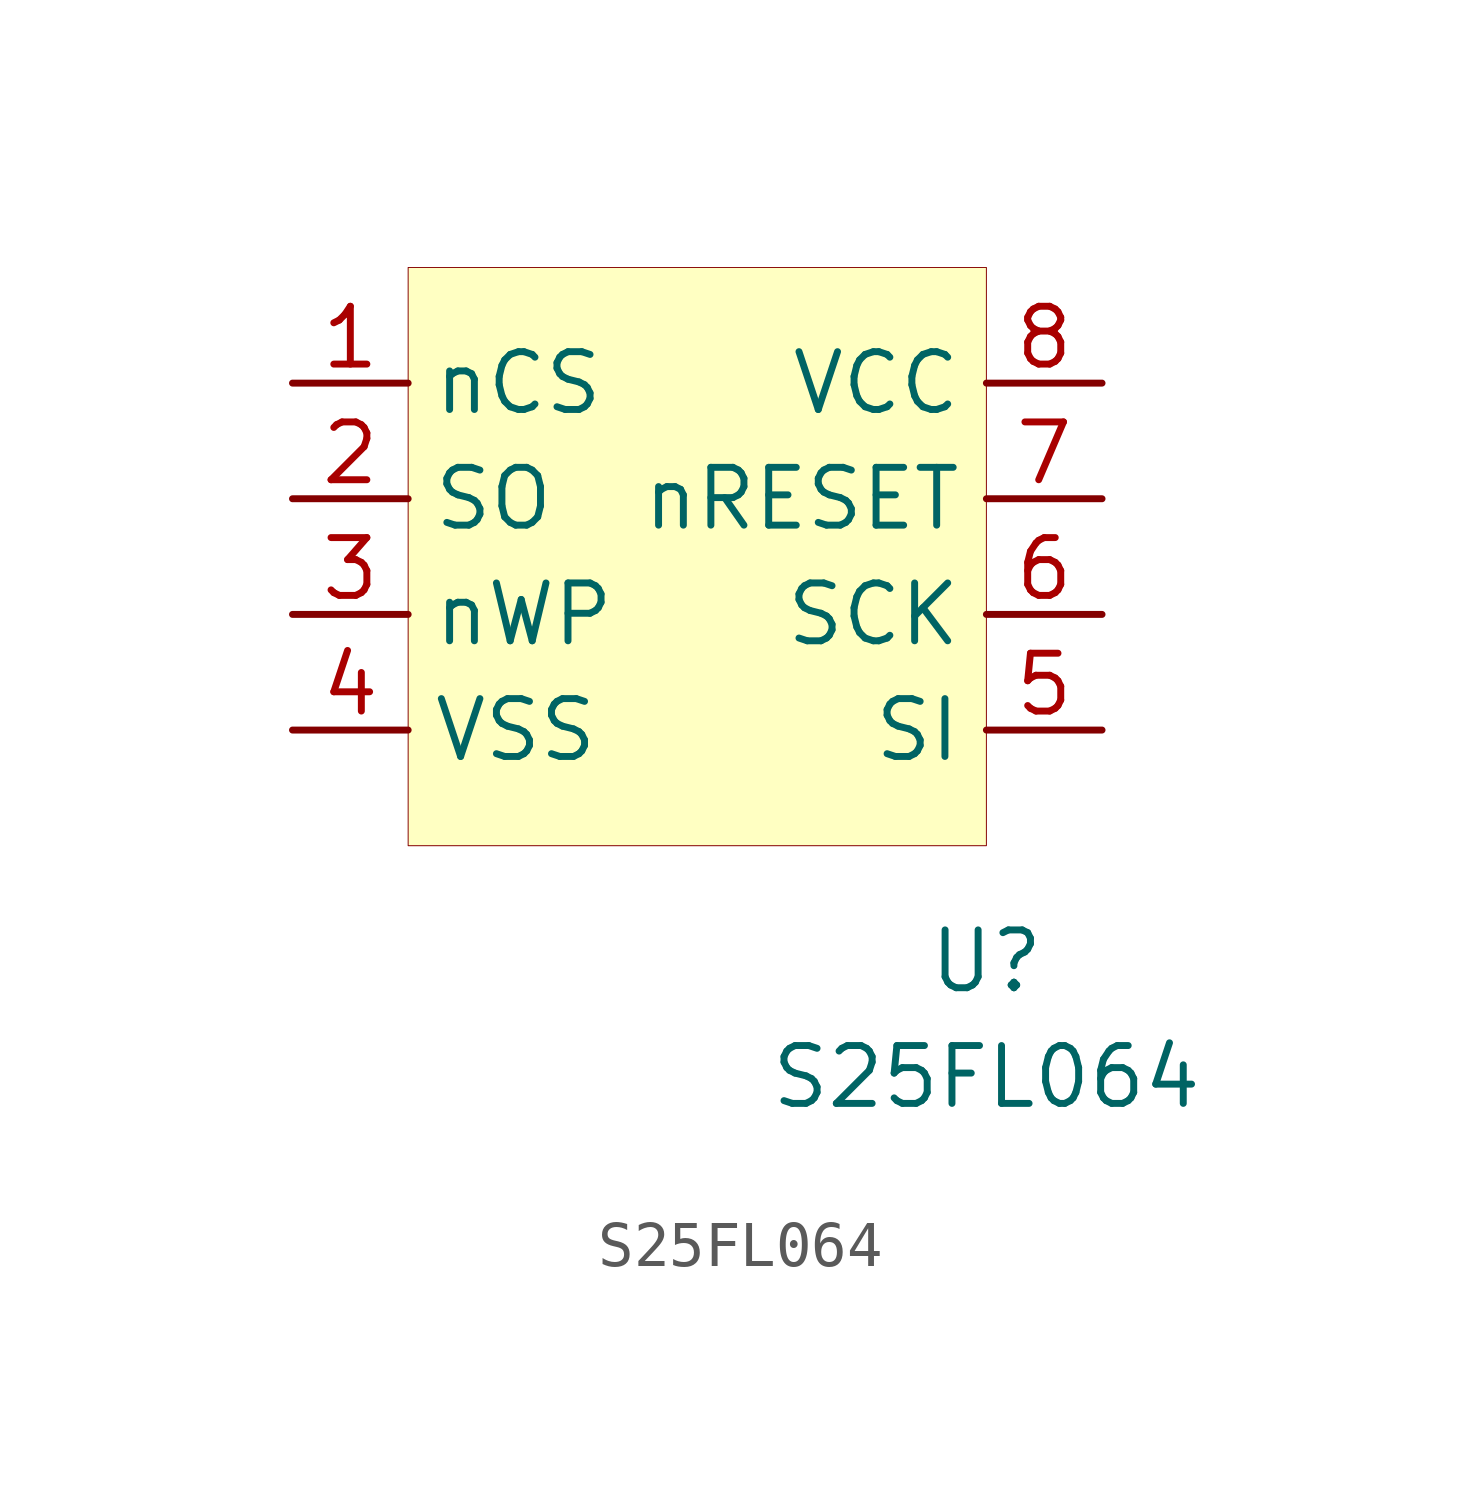
<source format=kicad_sym>
(kicad_symbol_lib
  (version 20201005)
  (generator kicad_symbol_editor)
  (symbol "memory_eeprom:S25FL064"
    (property "Reference" "U"
      (at 5.08 -7.62 0)
      (effects (font (size 1.27 1.27))))
    (property "Value" "S25FL064"
      (at 5.08 -10.16 0)
      (effects (font (size 1.27 1.27))))
    (symbol "S25FL064_0_1"
      (rectangle (start -7.62 7.62) (end 5.08 -5.08) (stroke (width 0.001)) (fill (type background))))
    (symbol "S25FL064_1_1"
      (pin input line (at -10.16 5.08 0) (length 2.54) (name "nCS" (effects (font (size 1.27 1.27)))) (number "1" (effects (font (size 1.27 1.27)))))
      (pin input line (at -10.16 2.54 0) (length 2.54) (name "SO" (effects (font (size 1.27 1.27)))) (number "2" (effects (font (size 1.27 1.27)))))
      (pin input line (at -10.16 0 0) (length 2.54) (name "nWP" (effects (font (size 1.27 1.27)))) (number "3" (effects (font (size 1.27 1.27)))))
      (pin input line (at -10.16 -2.54 0) (length 2.54) (name "VSS" (effects (font (size 1.27 1.27)))) (number "4" (effects (font (size 1.27 1.27)))))
      (pin input line (at 7.62 -2.54 180) (length 2.54) (name "SI" (effects (font (size 1.27 1.27)))) (number "5" (effects (font (size 1.27 1.27)))))
      (pin input line (at 7.62 0 180) (length 2.54) (name "SCK" (effects (font (size 1.27 1.27)))) (number "6" (effects (font (size 1.27 1.27)))))
      (pin input line (at 7.62 2.54 180) (length 2.54) (name "nRESET" (effects (font (size 1.27 1.27)))) (number "7" (effects (font (size 1.27 1.27)))))
      (pin input line (at 7.62 5.08 180) (length 2.54) (name "VCC" (effects (font (size 1.27 1.27)))) (number "8" (effects (font (size 1.27 1.27))))))))
</source>
